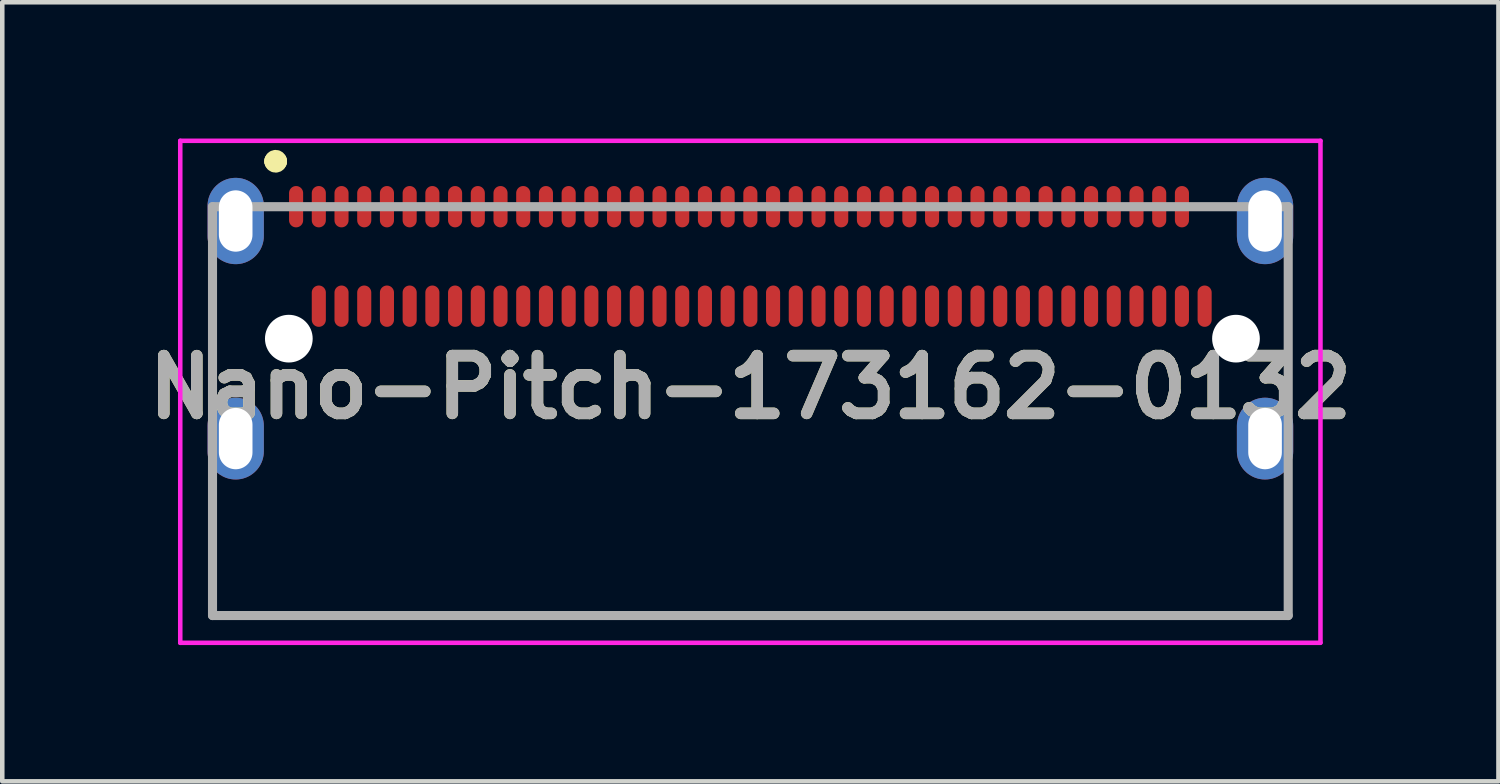
<source format=kicad_pcb>
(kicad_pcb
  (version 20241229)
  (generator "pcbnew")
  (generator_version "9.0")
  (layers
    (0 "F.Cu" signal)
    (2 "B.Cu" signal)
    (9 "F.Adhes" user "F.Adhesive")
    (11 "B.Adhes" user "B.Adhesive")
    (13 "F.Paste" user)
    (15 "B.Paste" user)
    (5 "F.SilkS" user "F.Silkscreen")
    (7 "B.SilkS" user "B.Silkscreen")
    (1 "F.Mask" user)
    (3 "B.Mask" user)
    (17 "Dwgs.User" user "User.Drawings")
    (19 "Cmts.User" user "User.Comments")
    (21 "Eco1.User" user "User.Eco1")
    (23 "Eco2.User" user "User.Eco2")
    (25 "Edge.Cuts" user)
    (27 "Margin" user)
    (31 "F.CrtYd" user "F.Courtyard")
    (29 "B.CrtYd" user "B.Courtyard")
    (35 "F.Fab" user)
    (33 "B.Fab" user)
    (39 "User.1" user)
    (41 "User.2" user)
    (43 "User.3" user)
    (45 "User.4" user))
  (footprint "Nano-Pitch-173162-0132"
    (layer "F.Cu")
    (at 13.468 2.595)
    (property "Reference" "Nano-Pitch-173162-0132" (at 0 2.88 0) (layer "F.SilkS") (effects (font (size 1.27 1.27) (thickness 0.254))))
    (attr through_hole)
    (fp_line (start -11.84 0.405) (end -11.84 2.905) (stroke (width 0.1) (type solid)) (layer "F.SilkS"))
    (fp_line (start -11.84 4.905) (end -11.84 7.905) (stroke (width 0.1) (type solid)) (layer "F.SilkS"))
    (fp_line (start -11.84 7.905) (end 11.84 7.905) (stroke (width 0.1) (type solid)) (layer "F.SilkS"))
    (fp_line (start -10.5 -2.095) (end -10.5 -2.095) (stroke (width 0.4) (type solid)) (layer "F.SilkS"))
    (fp_line (start -10.4 -2.095) (end -10.4 -2.095) (stroke (width 0.4) (type solid)) (layer "F.SilkS"))
    (fp_line (start 10 -1.095) (end 10.5 -1.095) (stroke (width 0.1) (type solid)) (layer "F.SilkS"))
    (fp_line (start 11.84 0.405) (end 11.84 2.905) (stroke (width 0.1) (type solid)) (layer "F.SilkS"))
    (fp_line (start 11.84 7.905) (end 11.84 4.905) (stroke (width 0.1) (type solid)) (layer "F.SilkS"))
    (fp_arc (start -10.5 -2.095) (mid -10.45 -2.145) (end -10.4 -2.095) (stroke (width 0.4) (type solid)) (layer "F.SilkS"))
    (fp_arc (start -10.4 -2.095) (mid -10.45 -2.045) (end -10.5 -2.095) (stroke (width 0.4) (type solid)) (layer "F.SilkS"))
    (fp_line (start -12.55 -2.545) (end 12.55 -2.545) (stroke (width 0.1) (type solid)) (layer "F.CrtYd"))
    (fp_line (start -12.55 8.505) (end -12.55 -2.545) (stroke (width 0.1) (type solid)) (layer "F.CrtYd"))
    (fp_line (start 12.55 -2.545) (end 12.55 8.5) (stroke (width 0.1) (type solid)) (layer "F.CrtYd"))
    (fp_line (start 12.55 8.505) (end -12.55 8.505) (stroke (width 0.1) (type solid)) (layer "F.CrtYd"))
    (fp_line (start -11.84 -1.095) (end 11.84 -1.095) (stroke (width 0.2) (type solid)) (layer "F.Fab"))
    (fp_line (start -11.84 7.905) (end -11.84 -1.095) (stroke (width 0.2) (type solid)) (layer "F.Fab"))
    (fp_line (start 11.84 -1.095) (end 11.84 7.905) (stroke (width 0.2) (type solid)) (layer "F.Fab"))
    (fp_line (start 11.84 7.905) (end -11.84 7.905) (stroke (width 0.2) (type solid)) (layer "F.Fab"))
    (fp_text user "${REFERENCE}" (at 0 2.88 0) (layer "F.Fab") (effects (font (size 1.27 1.27) (thickness 0.254))))
    (pad "" np_thru_hole circle (at -10.16 1.81) (size 1.05 1.05) (drill 1.05) (layers "*.Cu" "*.Mask"))
    (pad "" np_thru_hole circle (at 10.69 1.81) (size 1.05 1.05) (drill 1.05) (layers "*.Cu" "*.Mask"))
    (pad "A1" smd oval (at -9.5 1.095) (size 0.31 0.91) (layers "F.Cu" "F.Mask" "F.Paste"))
    (pad "A2" smd oval (at -9 1.095) (size 0.31 0.91) (layers "F.Cu" "F.Mask" "F.Paste"))
    (pad "A3" smd oval (at -8.5 1.095) (size 0.31 0.91) (layers "F.Cu" "F.Mask" "F.Paste"))
    (pad "A4" smd oval (at -8 1.095) (size 0.31 0.91) (layers "F.Cu" "F.Mask" "F.Paste"))
    (pad "A5" smd oval (at -7.5 1.095) (size 0.31 0.91) (layers "F.Cu" "F.Mask" "F.Paste"))
    (pad "A6" smd oval (at -7 1.095) (size 0.31 0.91) (layers "F.Cu" "F.Mask" "F.Paste"))
    (pad "A7" smd oval (at -6.5 1.095) (size 0.31 0.91) (layers "F.Cu" "F.Mask" "F.Paste"))
    (pad "A8" smd oval (at -6 1.095) (size 0.31 0.91) (layers "F.Cu" "F.Mask" "F.Paste"))
    (pad "A9" smd oval (at -5.5 1.095) (size 0.31 0.91) (layers "F.Cu" "F.Mask" "F.Paste"))
    (pad "A10" smd oval (at -5 1.095) (size 0.31 0.91) (layers "F.Cu" "F.Mask" "F.Paste"))
    (pad "A11" smd oval (at -4.5 1.095) (size 0.31 0.91) (layers "F.Cu" "F.Mask" "F.Paste"))
    (pad "A12" smd oval (at -4 1.095) (size 0.31 0.91) (layers "F.Cu" "F.Mask" "F.Paste"))
    (pad "A13" smd oval (at -3.5 1.095) (size 0.31 0.91) (layers "F.Cu" "F.Mask" "F.Paste"))
    (pad "A14" smd oval (at -3 1.095) (size 0.31 0.91) (layers "F.Cu" "F.Mask" "F.Paste"))
    (pad "A15" smd oval (at -2.5 1.095) (size 0.31 0.91) (layers "F.Cu" "F.Mask" "F.Paste"))
    (pad "A16" smd oval (at -2 1.095) (size 0.31 0.91) (layers "F.Cu" "F.Mask" "F.Paste"))
    (pad "A17" smd oval (at -1.5 1.095) (size 0.31 0.91) (layers "F.Cu" "F.Mask" "F.Paste"))
    (pad "A18" smd oval (at -1 1.095) (size 0.31 0.91) (layers "F.Cu" "F.Mask" "F.Paste"))
    (pad "A19" smd oval (at -0.5 1.095) (size 0.31 0.91) (layers "F.Cu" "F.Mask" "F.Paste"))
    (pad "A20" smd oval (at 0 1.095) (size 0.31 0.91) (layers "F.Cu" "F.Mask" "F.Paste"))
    (pad "A21" smd oval (at 0.5 1.095) (size 0.31 0.91) (layers "F.Cu" "F.Mask" "F.Paste"))
    (pad "A22" smd oval (at 1 1.095) (size 0.31 0.91) (layers "F.Cu" "F.Mask" "F.Paste"))
    (pad "A23" smd oval (at 1.5 1.095) (size 0.31 0.91) (layers "F.Cu" "F.Mask" "F.Paste"))
    (pad "A24" smd oval (at 2 1.095) (size 0.31 0.91) (layers "F.Cu" "F.Mask" "F.Paste"))
    (pad "A25" smd oval (at 2.5 1.095) (size 0.31 0.91) (layers "F.Cu" "F.Mask" "F.Paste"))
    (pad "A26" smd oval (at 3 1.095) (size 0.31 0.91) (layers "F.Cu" "F.Mask" "F.Paste"))
    (pad "A27" smd oval (at 3.5 1.095) (size 0.31 0.91) (layers "F.Cu" "F.Mask" "F.Paste"))
    (pad "A28" smd oval (at 4 1.095) (size 0.31 0.91) (layers "F.Cu" "F.Mask" "F.Paste"))
    (pad "A29" smd oval (at 4.5 1.095) (size 0.31 0.91) (layers "F.Cu" "F.Mask" "F.Paste"))
    (pad "A30" smd oval (at 5 1.095) (size 0.31 0.91) (layers "F.Cu" "F.Mask" "F.Paste"))
    (pad "A31" smd oval (at 5.5 1.095) (size 0.31 0.91) (layers "F.Cu" "F.Mask" "F.Paste"))
    (pad "A32" smd oval (at 6 1.095) (size 0.31 0.91) (layers "F.Cu" "F.Mask" "F.Paste"))
    (pad "A33" smd oval (at 6.5 1.095) (size 0.31 0.91) (layers "F.Cu" "F.Mask" "F.Paste"))
    (pad "A34" smd oval (at 7 1.095) (size 0.31 0.91) (layers "F.Cu" "F.Mask" "F.Paste"))
    (pad "A35" smd oval (at 7.5 1.095) (size 0.31 0.91) (layers "F.Cu" "F.Mask" "F.Paste"))
    (pad "A36" smd oval (at 8 1.095) (size 0.31 0.91) (layers "F.Cu" "F.Mask" "F.Paste"))
    (pad "A37" smd oval (at 8.5 1.095) (size 0.31 0.91) (layers "F.Cu" "F.Mask" "F.Paste"))
    (pad "A38" smd oval (at 9 1.095) (size 0.31 0.91) (layers "F.Cu" "F.Mask" "F.Paste"))
    (pad "A39" smd oval (at 9.5 1.095) (size 0.31 0.91) (layers "F.Cu" "F.Mask" "F.Paste"))
    (pad "A40" smd oval (at 10 1.095) (size 0.31 0.91) (layers "F.Cu" "F.Mask" "F.Paste"))
    (pad "B1" smd oval (at -10 -1.095) (size 0.31 0.91) (layers "F.Cu" "F.Mask" "F.Paste"))
    (pad "B2" smd oval (at -9.5 -1.095) (size 0.31 0.91) (layers "F.Cu" "F.Mask" "F.Paste"))
    (pad "B3" smd oval (at -9 -1.095) (size 0.31 0.91) (layers "F.Cu" "F.Mask" "F.Paste"))
    (pad "B4" smd oval (at -8.5 -1.095) (size 0.31 0.91) (layers "F.Cu" "F.Mask" "F.Paste"))
    (pad "B5" smd oval (at -8 -1.095) (size 0.31 0.91) (layers "F.Cu" "F.Mask" "F.Paste"))
    (pad "B6" smd oval (at -7.5 -1.095) (size 0.31 0.91) (layers "F.Cu" "F.Mask" "F.Paste"))
    (pad "B7" smd oval (at -7 -1.095) (size 0.31 0.91) (layers "F.Cu" "F.Mask" "F.Paste"))
    (pad "B8" smd oval (at -6.5 -1.095) (size 0.31 0.91) (layers "F.Cu" "F.Mask" "F.Paste"))
    (pad "B9" smd oval (at -6 -1.095) (size 0.31 0.91) (layers "F.Cu" "F.Mask" "F.Paste"))
    (pad "B10" smd oval (at -5.5 -1.095) (size 0.31 0.91) (layers "F.Cu" "F.Mask" "F.Paste"))
    (pad "B11" smd oval (at -5 -1.095) (size 0.31 0.91) (layers "F.Cu" "F.Mask" "F.Paste"))
    (pad "B12" smd oval (at -4.5 -1.095) (size 0.31 0.91) (layers "F.Cu" "F.Mask" "F.Paste"))
    (pad "B13" smd oval (at -4 -1.095) (size 0.31 0.91) (layers "F.Cu" "F.Mask" "F.Paste"))
    (pad "B14" smd oval (at -3.5 -1.095) (size 0.31 0.91) (layers "F.Cu" "F.Mask" "F.Paste"))
    (pad "B15" smd oval (at -3 -1.095) (size 0.31 0.91) (layers "F.Cu" "F.Mask" "F.Paste"))
    (pad "B16" smd oval (at -2.5 -1.095) (size 0.31 0.91) (layers "F.Cu" "F.Mask" "F.Paste"))
    (pad "B17" smd oval (at -2 -1.095) (size 0.31 0.91) (layers "F.Cu" "F.Mask" "F.Paste"))
    (pad "B18" smd oval (at -1.5 -1.095) (size 0.31 0.91) (layers "F.Cu" "F.Mask" "F.Paste"))
    (pad "B19" smd oval (at -1 -1.095) (size 0.31 0.91) (layers "F.Cu" "F.Mask" "F.Paste"))
    (pad "B20" smd oval (at -0.5 -1.095) (size 0.31 0.91) (layers "F.Cu" "F.Mask" "F.Paste"))
    (pad "B21" smd oval (at 0 -1.095) (size 0.31 0.91) (layers "F.Cu" "F.Mask" "F.Paste"))
    (pad "B22" smd oval (at 0.5 -1.095) (size 0.31 0.91) (layers "F.Cu" "F.Mask" "F.Paste"))
    (pad "B23" smd oval (at 1 -1.095) (size 0.31 0.91) (layers "F.Cu" "F.Mask" "F.Paste"))
    (pad "B24" smd oval (at 1.5 -1.095) (size 0.31 0.91) (layers "F.Cu" "F.Mask" "F.Paste"))
    (pad "B25" smd oval (at 2 -1.095) (size 0.31 0.91) (layers "F.Cu" "F.Mask" "F.Paste"))
    (pad "B26" smd oval (at 2.5 -1.095) (size 0.31 0.91) (layers "F.Cu" "F.Mask" "F.Paste"))
    (pad "B27" smd oval (at 3 -1.095) (size 0.31 0.91) (layers "F.Cu" "F.Mask" "F.Paste"))
    (pad "B28" smd oval (at 3.5 -1.095) (size 0.31 0.91) (layers "F.Cu" "F.Mask" "F.Paste"))
    (pad "B29" smd oval (at 4 -1.095) (size 0.31 0.91) (layers "F.Cu" "F.Mask" "F.Paste"))
    (pad "B30" smd oval (at 4.5 -1.095) (size 0.31 0.91) (layers "F.Cu" "F.Mask" "F.Paste"))
    (pad "B31" smd oval (at 5 -1.095) (size 0.31 0.91) (layers "F.Cu" "F.Mask" "F.Paste"))
    (pad "B32" smd oval (at 5.5 -1.095) (size 0.31 0.91) (layers "F.Cu" "F.Mask" "F.Paste"))
    (pad "B33" smd oval (at 6 -1.095) (size 0.31 0.91) (layers "F.Cu" "F.Mask" "F.Paste"))
    (pad "B34" smd oval (at 6.5 -1.095) (size 0.31 0.91) (layers "F.Cu" "F.Mask" "F.Paste"))
    (pad "B35" smd oval (at 7 -1.095) (size 0.31 0.91) (layers "F.Cu" "F.Mask" "F.Paste"))
    (pad "B36" smd oval (at 7.5 -1.095) (size 0.31 0.91) (layers "F.Cu" "F.Mask" "F.Paste"))
    (pad "B37" smd oval (at 8 -1.095) (size 0.31 0.91) (layers "F.Cu" "F.Mask" "F.Paste"))
    (pad "B38" smd oval (at 8.5 -1.095) (size 0.31 0.91) (layers "F.Cu" "F.Mask" "F.Paste"))
    (pad "B39" smd oval (at 9 -1.095) (size 0.31 0.91) (layers "F.Cu" "F.Mask" "F.Paste"))
    (pad "B40" smd oval (at 9.5 -1.095) (size 0.31 0.91) (layers "F.Cu" "F.Mask" "F.Paste"))
    (pad "MP" thru_hole oval (at -11.33 -0.78) (size 1.24 1.9) (drill oval 0.74 1.35) (layers "*.Cu" "*.Mask" "F.Paste"))
    (pad "MP" thru_hole oval (at -11.33 4.01) (size 1.24 1.8) (drill oval 0.74 1.35) (layers "*.Cu" "*.Mask" "F.Paste"))
    (pad "MP" thru_hole oval (at 11.33 -0.78) (size 1.24 1.9) (drill oval 0.74 1.35) (layers "*.Cu" "*.Mask" "F.Paste"))
    (pad "MP" thru_hole oval (at 11.33 4.01) (size 1.24 1.8) (drill oval 0.74 1.35) (layers "*.Cu" "*.Mask" "F.Paste")))
  (gr_rect
    (start -3 -3)
    (end 29.936 14.15)
    (stroke (width 0.1) (type default))
    (fill no)
    (layer "Edge.Cuts")))
</source>
